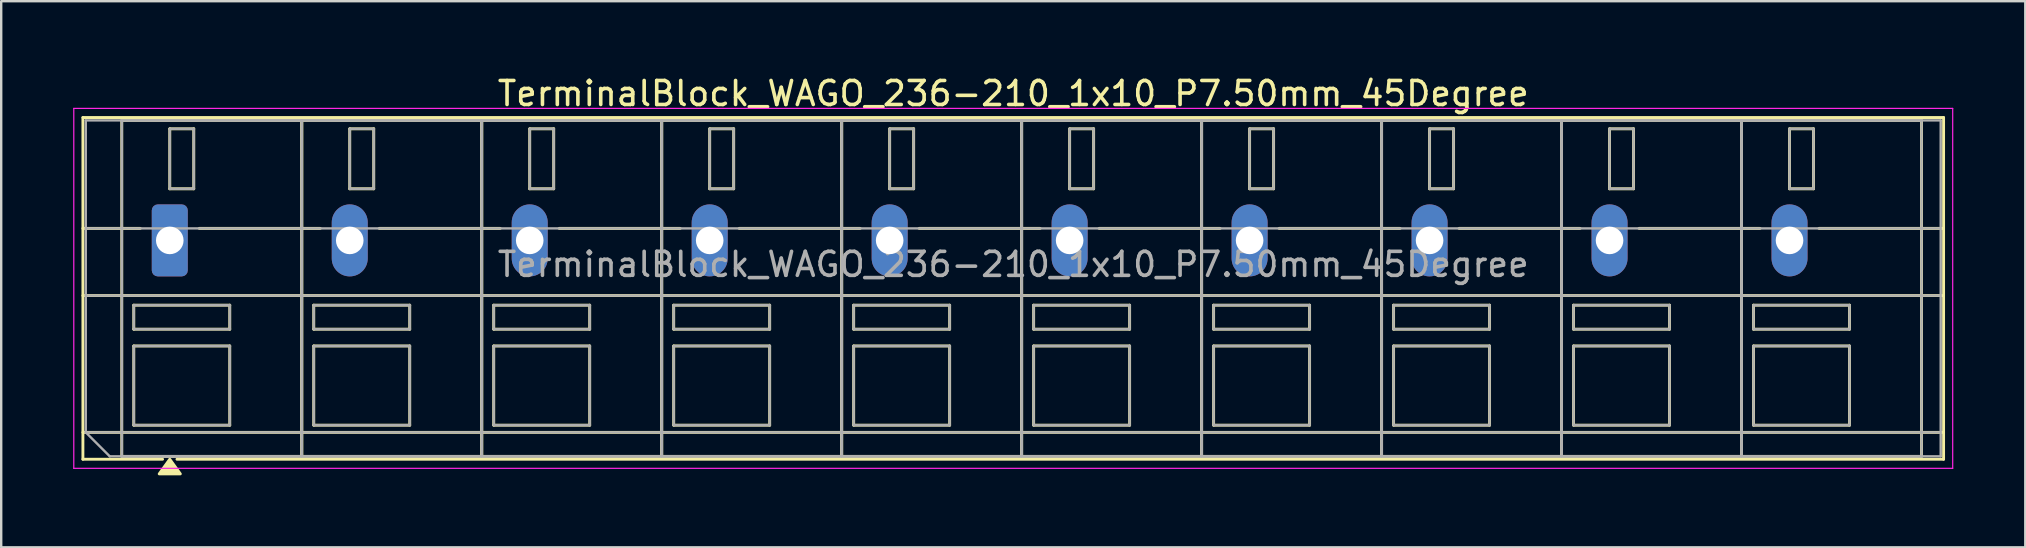
<source format=kicad_pcb>
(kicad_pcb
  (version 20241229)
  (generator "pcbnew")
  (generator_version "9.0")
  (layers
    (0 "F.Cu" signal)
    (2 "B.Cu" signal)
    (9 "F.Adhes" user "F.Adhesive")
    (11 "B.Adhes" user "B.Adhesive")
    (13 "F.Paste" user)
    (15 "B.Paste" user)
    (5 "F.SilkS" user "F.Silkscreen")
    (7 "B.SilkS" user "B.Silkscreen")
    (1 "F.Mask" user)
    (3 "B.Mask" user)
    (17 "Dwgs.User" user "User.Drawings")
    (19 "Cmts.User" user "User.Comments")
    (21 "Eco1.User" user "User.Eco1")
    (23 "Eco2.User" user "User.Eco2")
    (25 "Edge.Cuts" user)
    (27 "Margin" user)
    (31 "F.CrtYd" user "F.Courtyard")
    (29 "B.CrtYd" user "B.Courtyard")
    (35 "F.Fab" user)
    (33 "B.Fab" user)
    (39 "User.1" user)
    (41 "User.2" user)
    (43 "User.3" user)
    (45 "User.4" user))
  (footprint "TerminalBlock_WAGO_236-210_1x10_P7.50mm_45Degree"
    (layer "F.Cu")
    (at 4.025 6.968)
    (property "Reference" "TerminalBlock_WAGO_236-210_1x10_P7.50mm_45Degree" (at 35.15 -6.12 0) (layer "F.SilkS") (effects (font (size 1 1) (thickness 0.15))))
    (attr through_hole)
    (fp_line (start -3.62 -5.12) (end -3.62 9.12) (stroke (width 0.12) (type solid)) (layer "F.SilkS"))
    (fp_line (start -3.62 -5.12) (end 73.92 -5.12) (stroke (width 0.12) (type solid)) (layer "F.SilkS"))
    (fp_line (start -3.62 -0.5) (end -1.23 -0.5) (stroke (width 0.12) (type solid)) (layer "F.SilkS"))
    (fp_line (start -3.62 2.3) (end 73.92 2.3) (stroke (width 0.12) (type solid)) (layer "F.SilkS"))
    (fp_line (start -3.62 8) (end 73.92 8) (stroke (width 0.12) (type solid)) (layer "F.SilkS"))
    (fp_line (start -3.62 9.12) (end -0.3 9.12) (stroke (width 0.12) (type solid)) (layer "F.SilkS"))
    (fp_line (start -2 -5) (end -2 9) (stroke (width 0.12) (type solid)) (layer "F.SilkS"))
    (fp_line (start -2 -5) (end 5.5 -5) (stroke (width 0.12) (type solid)) (layer "F.SilkS"))
    (fp_line (start -2 9) (end 5.5 9) (stroke (width 0.12) (type solid)) (layer "F.SilkS"))
    (fp_line (start -1.5 2.7) (end -1.5 3.7) (stroke (width 0.12) (type solid)) (layer "F.SilkS"))
    (fp_line (start -1.5 2.7) (end 2.5 2.7) (stroke (width 0.12) (type solid)) (layer "F.SilkS"))
    (fp_line (start -1.5 3.7) (end 2.5 3.7) (stroke (width 0.12) (type solid)) (layer "F.SilkS"))
    (fp_line (start -1.5 4.4) (end -1.5 7.7) (stroke (width 0.12) (type solid)) (layer "F.SilkS"))
    (fp_line (start -1.5 4.4) (end 2.5 4.4) (stroke (width 0.12) (type solid)) (layer "F.SilkS"))
    (fp_line (start -1.5 7.7) (end 2.5 7.7) (stroke (width 0.12) (type solid)) (layer "F.SilkS"))
    (fp_line (start 0 -4.65) (end 0 -2.15) (stroke (width 0.12) (type solid)) (layer "F.SilkS"))
    (fp_line (start 0 -4.65) (end 1 -4.65) (stroke (width 0.12) (type solid)) (layer "F.SilkS"))
    (fp_line (start 0 -2.15) (end 1 -2.15) (stroke (width 0.12) (type solid)) (layer "F.SilkS"))
    (fp_line (start 0.3 9.12) (end 73.92 9.12) (stroke (width 0.12) (type solid)) (layer "F.SilkS"))
    (fp_line (start 1 -4.65) (end 1 -2.15) (stroke (width 0.12) (type solid)) (layer "F.SilkS"))
    (fp_line (start 1.23 -0.5) (end 6.27 -0.5) (stroke (width 0.12) (type solid)) (layer "F.SilkS"))
    (fp_line (start 2.5 2.7) (end 2.5 3.7) (stroke (width 0.12) (type solid)) (layer "F.SilkS"))
    (fp_line (start 2.5 4.4) (end 2.5 7.7) (stroke (width 0.12) (type solid)) (layer "F.SilkS"))
    (fp_line (start 5.5 -5) (end 5.5 9) (stroke (width 0.12) (type solid)) (layer "F.SilkS"))
    (fp_line (start 5.5 -5) (end 5.5 9) (stroke (width 0.12) (type solid)) (layer "F.SilkS"))
    (fp_line (start 5.5 -5) (end 13 -5) (stroke (width 0.12) (type solid)) (layer "F.SilkS"))
    (fp_line (start 5.5 9) (end 13 9) (stroke (width 0.12) (type solid)) (layer "F.SilkS"))
    (fp_line (start 6 2.7) (end 6 3.7) (stroke (width 0.12) (type solid)) (layer "F.SilkS"))
    (fp_line (start 6 2.7) (end 10 2.7) (stroke (width 0.12) (type solid)) (layer "F.SilkS"))
    (fp_line (start 6 3.7) (end 10 3.7) (stroke (width 0.12) (type solid)) (layer "F.SilkS"))
    (fp_line (start 6 4.4) (end 6 7.7) (stroke (width 0.12) (type solid)) (layer "F.SilkS"))
    (fp_line (start 6 4.4) (end 10 4.4) (stroke (width 0.12) (type solid)) (layer "F.SilkS"))
    (fp_line (start 6 7.7) (end 10 7.7) (stroke (width 0.12) (type solid)) (layer "F.SilkS"))
    (fp_line (start 7.5 -4.65) (end 7.5 -2.15) (stroke (width 0.12) (type solid)) (layer "F.SilkS"))
    (fp_line (start 7.5 -4.65) (end 8.5 -4.65) (stroke (width 0.12) (type solid)) (layer "F.SilkS"))
    (fp_line (start 7.5 -2.15) (end 8.5 -2.15) (stroke (width 0.12) (type solid)) (layer "F.SilkS"))
    (fp_line (start 8.5 -4.65) (end 8.5 -2.15) (stroke (width 0.12) (type solid)) (layer "F.SilkS"))
    (fp_line (start 8.73 -0.5) (end 13.77 -0.5) (stroke (width 0.12) (type solid)) (layer "F.SilkS"))
    (fp_line (start 10 2.7) (end 10 3.7) (stroke (width 0.12) (type solid)) (layer "F.SilkS"))
    (fp_line (start 10 4.4) (end 10 7.7) (stroke (width 0.12) (type solid)) (layer "F.SilkS"))
    (fp_line (start 13 -5) (end 13 9) (stroke (width 0.12) (type solid)) (layer "F.SilkS"))
    (fp_line (start 13 -5) (end 13 9) (stroke (width 0.12) (type solid)) (layer "F.SilkS"))
    (fp_line (start 13 -5) (end 20.5 -5) (stroke (width 0.12) (type solid)) (layer "F.SilkS"))
    (fp_line (start 13 9) (end 20.5 9) (stroke (width 0.12) (type solid)) (layer "F.SilkS"))
    (fp_line (start 13.5 2.7) (end 13.5 3.7) (stroke (width 0.12) (type solid)) (layer "F.SilkS"))
    (fp_line (start 13.5 2.7) (end 17.5 2.7) (stroke (width 0.12) (type solid)) (layer "F.SilkS"))
    (fp_line (start 13.5 3.7) (end 17.5 3.7) (stroke (width 0.12) (type solid)) (layer "F.SilkS"))
    (fp_line (start 13.5 4.4) (end 13.5 7.7) (stroke (width 0.12) (type solid)) (layer "F.SilkS"))
    (fp_line (start 13.5 4.4) (end 17.5 4.4) (stroke (width 0.12) (type solid)) (layer "F.SilkS"))
    (fp_line (start 13.5 7.7) (end 17.5 7.7) (stroke (width 0.12) (type solid)) (layer "F.SilkS"))
    (fp_line (start 15 -4.65) (end 15 -2.15) (stroke (width 0.12) (type solid)) (layer "F.SilkS"))
    (fp_line (start 15 -4.65) (end 16 -4.65) (stroke (width 0.12) (type solid)) (layer "F.SilkS"))
    (fp_line (start 15 -2.15) (end 16 -2.15) (stroke (width 0.12) (type solid)) (layer "F.SilkS"))
    (fp_line (start 16 -4.65) (end 16 -2.15) (stroke (width 0.12) (type solid)) (layer "F.SilkS"))
    (fp_line (start 16.23 -0.5) (end 21.27 -0.5) (stroke (width 0.12) (type solid)) (layer "F.SilkS"))
    (fp_line (start 17.5 2.7) (end 17.5 3.7) (stroke (width 0.12) (type solid)) (layer "F.SilkS"))
    (fp_line (start 17.5 4.4) (end 17.5 7.7) (stroke (width 0.12) (type solid)) (layer "F.SilkS"))
    (fp_line (start 20.5 -5) (end 20.5 9) (stroke (width 0.12) (type solid)) (layer "F.SilkS"))
    (fp_line (start 20.5 -5) (end 20.5 9) (stroke (width 0.12) (type solid)) (layer "F.SilkS"))
    (fp_line (start 20.5 -5) (end 28 -5) (stroke (width 0.12) (type solid)) (layer "F.SilkS"))
    (fp_line (start 20.5 9) (end 28 9) (stroke (width 0.12) (type solid)) (layer "F.SilkS"))
    (fp_line (start 21 2.7) (end 21 3.7) (stroke (width 0.12) (type solid)) (layer "F.SilkS"))
    (fp_line (start 21 2.7) (end 25 2.7) (stroke (width 0.12) (type solid)) (layer "F.SilkS"))
    (fp_line (start 21 3.7) (end 25 3.7) (stroke (width 0.12) (type solid)) (layer "F.SilkS"))
    (fp_line (start 21 4.4) (end 21 7.7) (stroke (width 0.12) (type solid)) (layer "F.SilkS"))
    (fp_line (start 21 4.4) (end 25 4.4) (stroke (width 0.12) (type solid)) (layer "F.SilkS"))
    (fp_line (start 21 7.7) (end 25 7.7) (stroke (width 0.12) (type solid)) (layer "F.SilkS"))
    (fp_line (start 22.5 -4.65) (end 22.5 -2.15) (stroke (width 0.12) (type solid)) (layer "F.SilkS"))
    (fp_line (start 22.5 -4.65) (end 23.5 -4.65) (stroke (width 0.12) (type solid)) (layer "F.SilkS"))
    (fp_line (start 22.5 -2.15) (end 23.5 -2.15) (stroke (width 0.12) (type solid)) (layer "F.SilkS"))
    (fp_line (start 23.5 -4.65) (end 23.5 -2.15) (stroke (width 0.12) (type solid)) (layer "F.SilkS"))
    (fp_line (start 23.73 -0.5) (end 28.77 -0.5) (stroke (width 0.12) (type solid)) (layer "F.SilkS"))
    (fp_line (start 25 2.7) (end 25 3.7) (stroke (width 0.12) (type solid)) (layer "F.SilkS"))
    (fp_line (start 25 4.4) (end 25 7.7) (stroke (width 0.12) (type solid)) (layer "F.SilkS"))
    (fp_line (start 28 -5) (end 28 9) (stroke (width 0.12) (type solid)) (layer "F.SilkS"))
    (fp_line (start 28 -5) (end 28 9) (stroke (width 0.12) (type solid)) (layer "F.SilkS"))
    (fp_line (start 28 -5) (end 35.5 -5) (stroke (width 0.12) (type solid)) (layer "F.SilkS"))
    (fp_line (start 28 9) (end 35.5 9) (stroke (width 0.12) (type solid)) (layer "F.SilkS"))
    (fp_line (start 28.5 2.7) (end 28.5 3.7) (stroke (width 0.12) (type solid)) (layer "F.SilkS"))
    (fp_line (start 28.5 2.7) (end 32.5 2.7) (stroke (width 0.12) (type solid)) (layer "F.SilkS"))
    (fp_line (start 28.5 3.7) (end 32.5 3.7) (stroke (width 0.12) (type solid)) (layer "F.SilkS"))
    (fp_line (start 28.5 4.4) (end 28.5 7.7) (stroke (width 0.12) (type solid)) (layer "F.SilkS"))
    (fp_line (start 28.5 4.4) (end 32.5 4.4) (stroke (width 0.12) (type solid)) (layer "F.SilkS"))
    (fp_line (start 28.5 7.7) (end 32.5 7.7) (stroke (width 0.12) (type solid)) (layer "F.SilkS"))
    (fp_line (start 30 -4.65) (end 30 -2.15) (stroke (width 0.12) (type solid)) (layer "F.SilkS"))
    (fp_line (start 30 -4.65) (end 31 -4.65) (stroke (width 0.12) (type solid)) (layer "F.SilkS"))
    (fp_line (start 30 -2.15) (end 31 -2.15) (stroke (width 0.12) (type solid)) (layer "F.SilkS"))
    (fp_line (start 31 -4.65) (end 31 -2.15) (stroke (width 0.12) (type solid)) (layer "F.SilkS"))
    (fp_line (start 31.23 -0.5) (end 36.27 -0.5) (stroke (width 0.12) (type solid)) (layer "F.SilkS"))
    (fp_line (start 32.5 2.7) (end 32.5 3.7) (stroke (width 0.12) (type solid)) (layer "F.SilkS"))
    (fp_line (start 32.5 4.4) (end 32.5 7.7) (stroke (width 0.12) (type solid)) (layer "F.SilkS"))
    (fp_line (start 35.5 -5) (end 35.5 9) (stroke (width 0.12) (type solid)) (layer "F.SilkS"))
    (fp_line (start 35.5 -5) (end 35.5 9) (stroke (width 0.12) (type solid)) (layer "F.SilkS"))
    (fp_line (start 35.5 -5) (end 43 -5) (stroke (width 0.12) (type solid)) (layer "F.SilkS"))
    (fp_line (start 35.5 9) (end 43 9) (stroke (width 0.12) (type solid)) (layer "F.SilkS"))
    (fp_line (start 36 2.7) (end 36 3.7) (stroke (width 0.12) (type solid)) (layer "F.SilkS"))
    (fp_line (start 36 2.7) (end 40 2.7) (stroke (width 0.12) (type solid)) (layer "F.SilkS"))
    (fp_line (start 36 3.7) (end 40 3.7) (stroke (width 0.12) (type solid)) (layer "F.SilkS"))
    (fp_line (start 36 4.4) (end 36 7.7) (stroke (width 0.12) (type solid)) (layer "F.SilkS"))
    (fp_line (start 36 4.4) (end 40 4.4) (stroke (width 0.12) (type solid)) (layer "F.SilkS"))
    (fp_line (start 36 7.7) (end 40 7.7) (stroke (width 0.12) (type solid)) (layer "F.SilkS"))
    (fp_line (start 37.5 -4.65) (end 37.5 -2.15) (stroke (width 0.12) (type solid)) (layer "F.SilkS"))
    (fp_line (start 37.5 -4.65) (end 38.5 -4.65) (stroke (width 0.12) (type solid)) (layer "F.SilkS"))
    (fp_line (start 37.5 -2.15) (end 38.5 -2.15) (stroke (width 0.12) (type solid)) (layer "F.SilkS"))
    (fp_line (start 38.5 -4.65) (end 38.5 -2.15) (stroke (width 0.12) (type solid)) (layer "F.SilkS"))
    (fp_line (start 38.73 -0.5) (end 43.77 -0.5) (stroke (width 0.12) (type solid)) (layer "F.SilkS"))
    (fp_line (start 40 2.7) (end 40 3.7) (stroke (width 0.12) (type solid)) (layer "F.SilkS"))
    (fp_line (start 40 4.4) (end 40 7.7) (stroke (width 0.12) (type solid)) (layer "F.SilkS"))
    (fp_line (start 43 -5) (end 43 9) (stroke (width 0.12) (type solid)) (layer "F.SilkS"))
    (fp_line (start 43 -5) (end 43 9) (stroke (width 0.12) (type solid)) (layer "F.SilkS"))
    (fp_line (start 43 -5) (end 50.5 -5) (stroke (width 0.12) (type solid)) (layer "F.SilkS"))
    (fp_line (start 43 9) (end 50.5 9) (stroke (width 0.12) (type solid)) (layer "F.SilkS"))
    (fp_line (start 43.5 2.7) (end 43.5 3.7) (stroke (width 0.12) (type solid)) (layer "F.SilkS"))
    (fp_line (start 43.5 2.7) (end 47.5 2.7) (stroke (width 0.12) (type solid)) (layer "F.SilkS"))
    (fp_line (start 43.5 3.7) (end 47.5 3.7) (stroke (width 0.12) (type solid)) (layer "F.SilkS"))
    (fp_line (start 43.5 4.4) (end 43.5 7.7) (stroke (width 0.12) (type solid)) (layer "F.SilkS"))
    (fp_line (start 43.5 4.4) (end 47.5 4.4) (stroke (width 0.12) (type solid)) (layer "F.SilkS"))
    (fp_line (start 43.5 7.7) (end 47.5 7.7) (stroke (width 0.12) (type solid)) (layer "F.SilkS"))
    (fp_line (start 45 -4.65) (end 45 -2.15) (stroke (width 0.12) (type solid)) (layer "F.SilkS"))
    (fp_line (start 45 -4.65) (end 46 -4.65) (stroke (width 0.12) (type solid)) (layer "F.SilkS"))
    (fp_line (start 45 -2.15) (end 46 -2.15) (stroke (width 0.12) (type solid)) (layer "F.SilkS"))
    (fp_line (start 46 -4.65) (end 46 -2.15) (stroke (width 0.12) (type solid)) (layer "F.SilkS"))
    (fp_line (start 46.23 -0.5) (end 51.27 -0.5) (stroke (width 0.12) (type solid)) (layer "F.SilkS"))
    (fp_line (start 47.5 2.7) (end 47.5 3.7) (stroke (width 0.12) (type solid)) (layer "F.SilkS"))
    (fp_line (start 47.5 4.4) (end 47.5 7.7) (stroke (width 0.12) (type solid)) (layer "F.SilkS"))
    (fp_line (start 50.5 -5) (end 50.5 9) (stroke (width 0.12) (type solid)) (layer "F.SilkS"))
    (fp_line (start 50.5 -5) (end 50.5 9) (stroke (width 0.12) (type solid)) (layer "F.SilkS"))
    (fp_line (start 50.5 -5) (end 58 -5) (stroke (width 0.12) (type solid)) (layer "F.SilkS"))
    (fp_line (start 50.5 9) (end 58 9) (stroke (width 0.12) (type solid)) (layer "F.SilkS"))
    (fp_line (start 51 2.7) (end 51 3.7) (stroke (width 0.12) (type solid)) (layer "F.SilkS"))
    (fp_line (start 51 2.7) (end 55 2.7) (stroke (width 0.12) (type solid)) (layer "F.SilkS"))
    (fp_line (start 51 3.7) (end 55 3.7) (stroke (width 0.12) (type solid)) (layer "F.SilkS"))
    (fp_line (start 51 4.4) (end 51 7.7) (stroke (width 0.12) (type solid)) (layer "F.SilkS"))
    (fp_line (start 51 4.4) (end 55 4.4) (stroke (width 0.12) (type solid)) (layer "F.SilkS"))
    (fp_line (start 51 7.7) (end 55 7.7) (stroke (width 0.12) (type solid)) (layer "F.SilkS"))
    (fp_line (start 52.5 -4.65) (end 52.5 -2.15) (stroke (width 0.12) (type solid)) (layer "F.SilkS"))
    (fp_line (start 52.5 -4.65) (end 53.5 -4.65) (stroke (width 0.12) (type solid)) (layer "F.SilkS"))
    (fp_line (start 52.5 -2.15) (end 53.5 -2.15) (stroke (width 0.12) (type solid)) (layer "F.SilkS"))
    (fp_line (start 53.5 -4.65) (end 53.5 -2.15) (stroke (width 0.12) (type solid)) (layer "F.SilkS"))
    (fp_line (start 53.73 -0.5) (end 58.77 -0.5) (stroke (width 0.12) (type solid)) (layer "F.SilkS"))
    (fp_line (start 55 2.7) (end 55 3.7) (stroke (width 0.12) (type solid)) (layer "F.SilkS"))
    (fp_line (start 55 4.4) (end 55 7.7) (stroke (width 0.12) (type solid)) (layer "F.SilkS"))
    (fp_line (start 58 -5) (end 58 9) (stroke (width 0.12) (type solid)) (layer "F.SilkS"))
    (fp_line (start 58 -5) (end 58 9) (stroke (width 0.12) (type solid)) (layer "F.SilkS"))
    (fp_line (start 58 -5) (end 65.5 -5) (stroke (width 0.12) (type solid)) (layer "F.SilkS"))
    (fp_line (start 58 9) (end 65.5 9) (stroke (width 0.12) (type solid)) (layer "F.SilkS"))
    (fp_line (start 58.5 2.7) (end 58.5 3.7) (stroke (width 0.12) (type solid)) (layer "F.SilkS"))
    (fp_line (start 58.5 2.7) (end 62.5 2.7) (stroke (width 0.12) (type solid)) (layer "F.SilkS"))
    (fp_line (start 58.5 3.7) (end 62.5 3.7) (stroke (width 0.12) (type solid)) (layer "F.SilkS"))
    (fp_line (start 58.5 4.4) (end 58.5 7.7) (stroke (width 0.12) (type solid)) (layer "F.SilkS"))
    (fp_line (start 58.5 4.4) (end 62.5 4.4) (stroke (width 0.12) (type solid)) (layer "F.SilkS"))
    (fp_line (start 58.5 7.7) (end 62.5 7.7) (stroke (width 0.12) (type solid)) (layer "F.SilkS"))
    (fp_line (start 60 -4.65) (end 60 -2.15) (stroke (width 0.12) (type solid)) (layer "F.SilkS"))
    (fp_line (start 60 -4.65) (end 61 -4.65) (stroke (width 0.12) (type solid)) (layer "F.SilkS"))
    (fp_line (start 60 -2.15) (end 61 -2.15) (stroke (width 0.12) (type solid)) (layer "F.SilkS"))
    (fp_line (start 61 -4.65) (end 61 -2.15) (stroke (width 0.12) (type solid)) (layer "F.SilkS"))
    (fp_line (start 61.23 -0.5) (end 66.27 -0.5) (stroke (width 0.12) (type solid)) (layer "F.SilkS"))
    (fp_line (start 62.5 2.7) (end 62.5 3.7) (stroke (width 0.12) (type solid)) (layer "F.SilkS"))
    (fp_line (start 62.5 4.4) (end 62.5 7.7) (stroke (width 0.12) (type solid)) (layer "F.SilkS"))
    (fp_line (start 65.5 -5) (end 65.5 9) (stroke (width 0.12) (type solid)) (layer "F.SilkS"))
    (fp_line (start 65.5 -5) (end 65.5 9) (stroke (width 0.12) (type solid)) (layer "F.SilkS"))
    (fp_line (start 65.5 -5) (end 73 -5) (stroke (width 0.12) (type solid)) (layer "F.SilkS"))
    (fp_line (start 65.5 9) (end 73 9) (stroke (width 0.12) (type solid)) (layer "F.SilkS"))
    (fp_line (start 66 2.7) (end 66 3.7) (stroke (width 0.12) (type solid)) (layer "F.SilkS"))
    (fp_line (start 66 2.7) (end 70 2.7) (stroke (width 0.12) (type solid)) (layer "F.SilkS"))
    (fp_line (start 66 3.7) (end 70 3.7) (stroke (width 0.12) (type solid)) (layer "F.SilkS"))
    (fp_line (start 66 4.4) (end 66 7.7) (stroke (width 0.12) (type solid)) (layer "F.SilkS"))
    (fp_line (start 66 4.4) (end 70 4.4) (stroke (width 0.12) (type solid)) (layer "F.SilkS"))
    (fp_line (start 66 7.7) (end 70 7.7) (stroke (width 0.12) (type solid)) (layer "F.SilkS"))
    (fp_line (start 67.5 -4.65) (end 67.5 -2.15) (stroke (width 0.12) (type solid)) (layer "F.SilkS"))
    (fp_line (start 67.5 -4.65) (end 68.5 -4.65) (stroke (width 0.12) (type solid)) (layer "F.SilkS"))
    (fp_line (start 67.5 -2.15) (end 68.5 -2.15) (stroke (width 0.12) (type solid)) (layer "F.SilkS"))
    (fp_line (start 68.5 -4.65) (end 68.5 -2.15) (stroke (width 0.12) (type solid)) (layer "F.SilkS"))
    (fp_line (start 68.73 -0.5) (end 73.92 -0.5) (stroke (width 0.12) (type solid)) (layer "F.SilkS"))
    (fp_line (start 70 2.7) (end 70 3.7) (stroke (width 0.12) (type solid)) (layer "F.SilkS"))
    (fp_line (start 70 4.4) (end 70 7.7) (stroke (width 0.12) (type solid)) (layer "F.SilkS"))
    (fp_line (start 73 -5) (end 73 9) (stroke (width 0.12) (type solid)) (layer "F.SilkS"))
    (fp_line (start 73.92 -5.12) (end 73.92 9.12) (stroke (width 0.12) (type solid)) (layer "F.SilkS"))
    (fp_poly (pts (xy 0 9.12) (xy 0.44 9.73) (xy -0.44 9.73)) (stroke (width 0.12) (type solid)) (fill yes) (layer "F.SilkS"))
    (fp_line (start -4 -5.5) (end -4 9.5) (stroke (width 0.05) (type solid)) (layer "F.CrtYd"))
    (fp_line (start -4 9.5) (end 74.3 9.5) (stroke (width 0.05) (type solid)) (layer "F.CrtYd"))
    (fp_line (start 74.3 -5.5) (end -4 -5.5) (stroke (width 0.05) (type solid)) (layer "F.CrtYd"))
    (fp_line (start 74.3 9.5) (end 74.3 -5.5) (stroke (width 0.05) (type solid)) (layer "F.CrtYd"))
    (fp_line (start -3.5 -5) (end 73.8 -5) (stroke (width 0.1) (type solid)) (layer "F.Fab"))
    (fp_line (start -3.5 -0.5) (end 73.8 -0.5) (stroke (width 0.1) (type solid)) (layer "F.Fab"))
    (fp_line (start -3.5 2.3) (end 73.8 2.3) (stroke (width 0.1) (type solid)) (layer "F.Fab"))
    (fp_line (start -3.5 8) (end -3.5 -5) (stroke (width 0.1) (type solid)) (layer "F.Fab"))
    (fp_line (start -3.5 8) (end 73.8 8) (stroke (width 0.1) (type solid)) (layer "F.Fab"))
    (fp_line (start -2.5 9) (end -3.5 8) (stroke (width 0.1) (type solid)) (layer "F.Fab"))
    (fp_line (start -2 -5) (end -2 9) (stroke (width 0.1) (type solid)) (layer "F.Fab"))
    (fp_line (start -2 9) (end 5.5 9) (stroke (width 0.1) (type solid)) (layer "F.Fab"))
    (fp_line (start -1.5 2.7) (end -1.5 3.7) (stroke (width 0.1) (type solid)) (layer "F.Fab"))
    (fp_line (start -1.5 3.7) (end 2.5 3.7) (stroke (width 0.1) (type solid)) (layer "F.Fab"))
    (fp_line (start -1.5 4.4) (end -1.5 7.7) (stroke (width 0.1) (type solid)) (layer "F.Fab"))
    (fp_line (start -1.5 7.7) (end 2.5 7.7) (stroke (width 0.1) (type solid)) (layer "F.Fab"))
    (fp_line (start 0 -4.65) (end 0 -2.15) (stroke (width 0.1) (type solid)) (layer "F.Fab"))
    (fp_line (start 0 -2.15) (end 1 -2.15) (stroke (width 0.1) (type solid)) (layer "F.Fab"))
    (fp_line (start 1 -4.65) (end 0 -4.65) (stroke (width 0.1) (type solid)) (layer "F.Fab"))
    (fp_line (start 1 -2.15) (end 1 -4.65) (stroke (width 0.1) (type solid)) (layer "F.Fab"))
    (fp_line (start 2.5 2.7) (end -1.5 2.7) (stroke (width 0.1) (type solid)) (layer "F.Fab"))
    (fp_line (start 2.5 3.7) (end 2.5 2.7) (stroke (width 0.1) (type solid)) (layer "F.Fab"))
    (fp_line (start 2.5 4.4) (end -1.5 4.4) (stroke (width 0.1) (type solid)) (layer "F.Fab"))
    (fp_line (start 2.5 7.7) (end 2.5 4.4) (stroke (width 0.1) (type solid)) (layer "F.Fab"))
    (fp_line (start 5.5 -5) (end -2 -5) (stroke (width 0.1) (type solid)) (layer "F.Fab"))
    (fp_line (start 5.5 -5) (end 5.5 9) (stroke (width 0.1) (type solid)) (layer "F.Fab"))
    (fp_line (start 5.5 9) (end 5.5 -5) (stroke (width 0.1) (type solid)) (layer "F.Fab"))
    (fp_line (start 5.5 9) (end 13 9) (stroke (width 0.1) (type solid)) (layer "F.Fab"))
    (fp_line (start 6 2.7) (end 6 3.7) (stroke (width 0.1) (type solid)) (layer "F.Fab"))
    (fp_line (start 6 3.7) (end 10 3.7) (stroke (width 0.1) (type solid)) (layer "F.Fab"))
    (fp_line (start 6 4.4) (end 6 7.7) (stroke (width 0.1) (type solid)) (layer "F.Fab"))
    (fp_line (start 6 7.7) (end 10 7.7) (stroke (width 0.1) (type solid)) (layer "F.Fab"))
    (fp_line (start 7.5 -4.65) (end 7.5 -2.15) (stroke (width 0.1) (type solid)) (layer "F.Fab"))
    (fp_line (start 7.5 -2.15) (end 8.5 -2.15) (stroke (width 0.1) (type solid)) (layer "F.Fab"))
    (fp_line (start 8.5 -4.65) (end 7.5 -4.65) (stroke (width 0.1) (type solid)) (layer "F.Fab"))
    (fp_line (start 8.5 -2.15) (end 8.5 -4.65) (stroke (width 0.1) (type solid)) (layer "F.Fab"))
    (fp_line (start 10 2.7) (end 6 2.7) (stroke (width 0.1) (type solid)) (layer "F.Fab"))
    (fp_line (start 10 3.7) (end 10 2.7) (stroke (width 0.1) (type solid)) (layer "F.Fab"))
    (fp_line (start 10 4.4) (end 6 4.4) (stroke (width 0.1) (type solid)) (layer "F.Fab"))
    (fp_line (start 10 7.7) (end 10 4.4) (stroke (width 0.1) (type solid)) (layer "F.Fab"))
    (fp_line (start 13 -5) (end 5.5 -5) (stroke (width 0.1) (type solid)) (layer "F.Fab"))
    (fp_line (start 13 -5) (end 13 9) (stroke (width 0.1) (type solid)) (layer "F.Fab"))
    (fp_line (start 13 9) (end 13 -5) (stroke (width 0.1) (type solid)) (layer "F.Fab"))
    (fp_line (start 13 9) (end 20.5 9) (stroke (width 0.1) (type solid)) (layer "F.Fab"))
    (fp_line (start 13.5 2.7) (end 13.5 3.7) (stroke (width 0.1) (type solid)) (layer "F.Fab"))
    (fp_line (start 13.5 3.7) (end 17.5 3.7) (stroke (width 0.1) (type solid)) (layer "F.Fab"))
    (fp_line (start 13.5 4.4) (end 13.5 7.7) (stroke (width 0.1) (type solid)) (layer "F.Fab"))
    (fp_line (start 13.5 7.7) (end 17.5 7.7) (stroke (width 0.1) (type solid)) (layer "F.Fab"))
    (fp_line (start 15 -4.65) (end 15 -2.15) (stroke (width 0.1) (type solid)) (layer "F.Fab"))
    (fp_line (start 15 -2.15) (end 16 -2.15) (stroke (width 0.1) (type solid)) (layer "F.Fab"))
    (fp_line (start 16 -4.65) (end 15 -4.65) (stroke (width 0.1) (type solid)) (layer "F.Fab"))
    (fp_line (start 16 -2.15) (end 16 -4.65) (stroke (width 0.1) (type solid)) (layer "F.Fab"))
    (fp_line (start 17.5 2.7) (end 13.5 2.7) (stroke (width 0.1) (type solid)) (layer "F.Fab"))
    (fp_line (start 17.5 3.7) (end 17.5 2.7) (stroke (width 0.1) (type solid)) (layer "F.Fab"))
    (fp_line (start 17.5 4.4) (end 13.5 4.4) (stroke (width 0.1) (type solid)) (layer "F.Fab"))
    (fp_line (start 17.5 7.7) (end 17.5 4.4) (stroke (width 0.1) (type solid)) (layer "F.Fab"))
    (fp_line (start 20.5 -5) (end 13 -5) (stroke (width 0.1) (type solid)) (layer "F.Fab"))
    (fp_line (start 20.5 -5) (end 20.5 9) (stroke (width 0.1) (type solid)) (layer "F.Fab"))
    (fp_line (start 20.5 9) (end 20.5 -5) (stroke (width 0.1) (type solid)) (layer "F.Fab"))
    (fp_line (start 20.5 9) (end 28 9) (stroke (width 0.1) (type solid)) (layer "F.Fab"))
    (fp_line (start 21 2.7) (end 21 3.7) (stroke (width 0.1) (type solid)) (layer "F.Fab"))
    (fp_line (start 21 3.7) (end 25 3.7) (stroke (width 0.1) (type solid)) (layer "F.Fab"))
    (fp_line (start 21 4.4) (end 21 7.7) (stroke (width 0.1) (type solid)) (layer "F.Fab"))
    (fp_line (start 21 7.7) (end 25 7.7) (stroke (width 0.1) (type solid)) (layer "F.Fab"))
    (fp_line (start 22.5 -4.65) (end 22.5 -2.15) (stroke (width 0.1) (type solid)) (layer "F.Fab"))
    (fp_line (start 22.5 -2.15) (end 23.5 -2.15) (stroke (width 0.1) (type solid)) (layer "F.Fab"))
    (fp_line (start 23.5 -4.65) (end 22.5 -4.65) (stroke (width 0.1) (type solid)) (layer "F.Fab"))
    (fp_line (start 23.5 -2.15) (end 23.5 -4.65) (stroke (width 0.1) (type solid)) (layer "F.Fab"))
    (fp_line (start 25 2.7) (end 21 2.7) (stroke (width 0.1) (type solid)) (layer "F.Fab"))
    (fp_line (start 25 3.7) (end 25 2.7) (stroke (width 0.1) (type solid)) (layer "F.Fab"))
    (fp_line (start 25 4.4) (end 21 4.4) (stroke (width 0.1) (type solid)) (layer "F.Fab"))
    (fp_line (start 25 7.7) (end 25 4.4) (stroke (width 0.1) (type solid)) (layer "F.Fab"))
    (fp_line (start 28 -5) (end 20.5 -5) (stroke (width 0.1) (type solid)) (layer "F.Fab"))
    (fp_line (start 28 -5) (end 28 9) (stroke (width 0.1) (type solid)) (layer "F.Fab"))
    (fp_line (start 28 9) (end 28 -5) (stroke (width 0.1) (type solid)) (layer "F.Fab"))
    (fp_line (start 28 9) (end 35.5 9) (stroke (width 0.1) (type solid)) (layer "F.Fab"))
    (fp_line (start 28.5 2.7) (end 28.5 3.7) (stroke (width 0.1) (type solid)) (layer "F.Fab"))
    (fp_line (start 28.5 3.7) (end 32.5 3.7) (stroke (width 0.1) (type solid)) (layer "F.Fab"))
    (fp_line (start 28.5 4.4) (end 28.5 7.7) (stroke (width 0.1) (type solid)) (layer "F.Fab"))
    (fp_line (start 28.5 7.7) (end 32.5 7.7) (stroke (width 0.1) (type solid)) (layer "F.Fab"))
    (fp_line (start 30 -4.65) (end 30 -2.15) (stroke (width 0.1) (type solid)) (layer "F.Fab"))
    (fp_line (start 30 -2.15) (end 31 -2.15) (stroke (width 0.1) (type solid)) (layer "F.Fab"))
    (fp_line (start 31 -4.65) (end 30 -4.65) (stroke (width 0.1) (type solid)) (layer "F.Fab"))
    (fp_line (start 31 -2.15) (end 31 -4.65) (stroke (width 0.1) (type solid)) (layer "F.Fab"))
    (fp_line (start 32.5 2.7) (end 28.5 2.7) (stroke (width 0.1) (type solid)) (layer "F.Fab"))
    (fp_line (start 32.5 3.7) (end 32.5 2.7) (stroke (width 0.1) (type solid)) (layer "F.Fab"))
    (fp_line (start 32.5 4.4) (end 28.5 4.4) (stroke (width 0.1) (type solid)) (layer "F.Fab"))
    (fp_line (start 32.5 7.7) (end 32.5 4.4) (stroke (width 0.1) (type solid)) (layer "F.Fab"))
    (fp_line (start 35.5 -5) (end 28 -5) (stroke (width 0.1) (type solid)) (layer "F.Fab"))
    (fp_line (start 35.5 -5) (end 35.5 9) (stroke (width 0.1) (type solid)) (layer "F.Fab"))
    (fp_line (start 35.5 9) (end 35.5 -5) (stroke (width 0.1) (type solid)) (layer "F.Fab"))
    (fp_line (start 35.5 9) (end 43 9) (stroke (width 0.1) (type solid)) (layer "F.Fab"))
    (fp_line (start 36 2.7) (end 36 3.7) (stroke (width 0.1) (type solid)) (layer "F.Fab"))
    (fp_line (start 36 3.7) (end 40 3.7) (stroke (width 0.1) (type solid)) (layer "F.Fab"))
    (fp_line (start 36 4.4) (end 36 7.7) (stroke (width 0.1) (type solid)) (layer "F.Fab"))
    (fp_line (start 36 7.7) (end 40 7.7) (stroke (width 0.1) (type solid)) (layer "F.Fab"))
    (fp_line (start 37.5 -4.65) (end 37.5 -2.15) (stroke (width 0.1) (type solid)) (layer "F.Fab"))
    (fp_line (start 37.5 -2.15) (end 38.5 -2.15) (stroke (width 0.1) (type solid)) (layer "F.Fab"))
    (fp_line (start 38.5 -4.65) (end 37.5 -4.65) (stroke (width 0.1) (type solid)) (layer "F.Fab"))
    (fp_line (start 38.5 -2.15) (end 38.5 -4.65) (stroke (width 0.1) (type solid)) (layer "F.Fab"))
    (fp_line (start 40 2.7) (end 36 2.7) (stroke (width 0.1) (type solid)) (layer "F.Fab"))
    (fp_line (start 40 3.7) (end 40 2.7) (stroke (width 0.1) (type solid)) (layer "F.Fab"))
    (fp_line (start 40 4.4) (end 36 4.4) (stroke (width 0.1) (type solid)) (layer "F.Fab"))
    (fp_line (start 40 7.7) (end 40 4.4) (stroke (width 0.1) (type solid)) (layer "F.Fab"))
    (fp_line (start 43 -5) (end 35.5 -5) (stroke (width 0.1) (type solid)) (layer "F.Fab"))
    (fp_line (start 43 -5) (end 43 9) (stroke (width 0.1) (type solid)) (layer "F.Fab"))
    (fp_line (start 43 9) (end 43 -5) (stroke (width 0.1) (type solid)) (layer "F.Fab"))
    (fp_line (start 43 9) (end 50.5 9) (stroke (width 0.1) (type solid)) (layer "F.Fab"))
    (fp_line (start 43.5 2.7) (end 43.5 3.7) (stroke (width 0.1) (type solid)) (layer "F.Fab"))
    (fp_line (start 43.5 3.7) (end 47.5 3.7) (stroke (width 0.1) (type solid)) (layer "F.Fab"))
    (fp_line (start 43.5 4.4) (end 43.5 7.7) (stroke (width 0.1) (type solid)) (layer "F.Fab"))
    (fp_line (start 43.5 7.7) (end 47.5 7.7) (stroke (width 0.1) (type solid)) (layer "F.Fab"))
    (fp_line (start 45 -4.65) (end 45 -2.15) (stroke (width 0.1) (type solid)) (layer "F.Fab"))
    (fp_line (start 45 -2.15) (end 46 -2.15) (stroke (width 0.1) (type solid)) (layer "F.Fab"))
    (fp_line (start 46 -4.65) (end 45 -4.65) (stroke (width 0.1) (type solid)) (layer "F.Fab"))
    (fp_line (start 46 -2.15) (end 46 -4.65) (stroke (width 0.1) (type solid)) (layer "F.Fab"))
    (fp_line (start 47.5 2.7) (end 43.5 2.7) (stroke (width 0.1) (type solid)) (layer "F.Fab"))
    (fp_line (start 47.5 3.7) (end 47.5 2.7) (stroke (width 0.1) (type solid)) (layer "F.Fab"))
    (fp_line (start 47.5 4.4) (end 43.5 4.4) (stroke (width 0.1) (type solid)) (layer "F.Fab"))
    (fp_line (start 47.5 7.7) (end 47.5 4.4) (stroke (width 0.1) (type solid)) (layer "F.Fab"))
    (fp_line (start 50.5 -5) (end 43 -5) (stroke (width 0.1) (type solid)) (layer "F.Fab"))
    (fp_line (start 50.5 -5) (end 50.5 9) (stroke (width 0.1) (type solid)) (layer "F.Fab"))
    (fp_line (start 50.5 9) (end 50.5 -5) (stroke (width 0.1) (type solid)) (layer "F.Fab"))
    (fp_line (start 50.5 9) (end 58 9) (stroke (width 0.1) (type solid)) (layer "F.Fab"))
    (fp_line (start 51 2.7) (end 51 3.7) (stroke (width 0.1) (type solid)) (layer "F.Fab"))
    (fp_line (start 51 3.7) (end 55 3.7) (stroke (width 0.1) (type solid)) (layer "F.Fab"))
    (fp_line (start 51 4.4) (end 51 7.7) (stroke (width 0.1) (type solid)) (layer "F.Fab"))
    (fp_line (start 51 7.7) (end 55 7.7) (stroke (width 0.1) (type solid)) (layer "F.Fab"))
    (fp_line (start 52.5 -4.65) (end 52.5 -2.15) (stroke (width 0.1) (type solid)) (layer "F.Fab"))
    (fp_line (start 52.5 -2.15) (end 53.5 -2.15) (stroke (width 0.1) (type solid)) (layer "F.Fab"))
    (fp_line (start 53.5 -4.65) (end 52.5 -4.65) (stroke (width 0.1) (type solid)) (layer "F.Fab"))
    (fp_line (start 53.5 -2.15) (end 53.5 -4.65) (stroke (width 0.1) (type solid)) (layer "F.Fab"))
    (fp_line (start 55 2.7) (end 51 2.7) (stroke (width 0.1) (type solid)) (layer "F.Fab"))
    (fp_line (start 55 3.7) (end 55 2.7) (stroke (width 0.1) (type solid)) (layer "F.Fab"))
    (fp_line (start 55 4.4) (end 51 4.4) (stroke (width 0.1) (type solid)) (layer "F.Fab"))
    (fp_line (start 55 7.7) (end 55 4.4) (stroke (width 0.1) (type solid)) (layer "F.Fab"))
    (fp_line (start 58 -5) (end 50.5 -5) (stroke (width 0.1) (type solid)) (layer "F.Fab"))
    (fp_line (start 58 -5) (end 58 9) (stroke (width 0.1) (type solid)) (layer "F.Fab"))
    (fp_line (start 58 9) (end 58 -5) (stroke (width 0.1) (type solid)) (layer "F.Fab"))
    (fp_line (start 58 9) (end 65.5 9) (stroke (width 0.1) (type solid)) (layer "F.Fab"))
    (fp_line (start 58.5 2.7) (end 58.5 3.7) (stroke (width 0.1) (type solid)) (layer "F.Fab"))
    (fp_line (start 58.5 3.7) (end 62.5 3.7) (stroke (width 0.1) (type solid)) (layer "F.Fab"))
    (fp_line (start 58.5 4.4) (end 58.5 7.7) (stroke (width 0.1) (type solid)) (layer "F.Fab"))
    (fp_line (start 58.5 7.7) (end 62.5 7.7) (stroke (width 0.1) (type solid)) (layer "F.Fab"))
    (fp_line (start 60 -4.65) (end 60 -2.15) (stroke (width 0.1) (type solid)) (layer "F.Fab"))
    (fp_line (start 60 -2.15) (end 61 -2.15) (stroke (width 0.1) (type solid)) (layer "F.Fab"))
    (fp_line (start 61 -4.65) (end 60 -4.65) (stroke (width 0.1) (type solid)) (layer "F.Fab"))
    (fp_line (start 61 -2.15) (end 61 -4.65) (stroke (width 0.1) (type solid)) (layer "F.Fab"))
    (fp_line (start 62.5 2.7) (end 58.5 2.7) (stroke (width 0.1) (type solid)) (layer "F.Fab"))
    (fp_line (start 62.5 3.7) (end 62.5 2.7) (stroke (width 0.1) (type solid)) (layer "F.Fab"))
    (fp_line (start 62.5 4.4) (end 58.5 4.4) (stroke (width 0.1) (type solid)) (layer "F.Fab"))
    (fp_line (start 62.5 7.7) (end 62.5 4.4) (stroke (width 0.1) (type solid)) (layer "F.Fab"))
    (fp_line (start 65.5 -5) (end 58 -5) (stroke (width 0.1) (type solid)) (layer "F.Fab"))
    (fp_line (start 65.5 -5) (end 65.5 9) (stroke (width 0.1) (type solid)) (layer "F.Fab"))
    (fp_line (start 65.5 9) (end 65.5 -5) (stroke (width 0.1) (type solid)) (layer "F.Fab"))
    (fp_line (start 65.5 9) (end 73 9) (stroke (width 0.1) (type solid)) (layer "F.Fab"))
    (fp_line (start 66 2.7) (end 66 3.7) (stroke (width 0.1) (type solid)) (layer "F.Fab"))
    (fp_line (start 66 3.7) (end 70 3.7) (stroke (width 0.1) (type solid)) (layer "F.Fab"))
    (fp_line (start 66 4.4) (end 66 7.7) (stroke (width 0.1) (type solid)) (layer "F.Fab"))
    (fp_line (start 66 7.7) (end 70 7.7) (stroke (width 0.1) (type solid)) (layer "F.Fab"))
    (fp_line (start 67.5 -4.65) (end 67.5 -2.15) (stroke (width 0.1) (type solid)) (layer "F.Fab"))
    (fp_line (start 67.5 -2.15) (end 68.5 -2.15) (stroke (width 0.1) (type solid)) (layer "F.Fab"))
    (fp_line (start 68.5 -4.65) (end 67.5 -4.65) (stroke (width 0.1) (type solid)) (layer "F.Fab"))
    (fp_line (start 68.5 -2.15) (end 68.5 -4.65) (stroke (width 0.1) (type solid)) (layer "F.Fab"))
    (fp_line (start 70 2.7) (end 66 2.7) (stroke (width 0.1) (type solid)) (layer "F.Fab"))
    (fp_line (start 70 3.7) (end 70 2.7) (stroke (width 0.1) (type solid)) (layer "F.Fab"))
    (fp_line (start 70 4.4) (end 66 4.4) (stroke (width 0.1) (type solid)) (layer "F.Fab"))
    (fp_line (start 70 7.7) (end 70 4.4) (stroke (width 0.1) (type solid)) (layer "F.Fab"))
    (fp_line (start 73 -5) (end 65.5 -5) (stroke (width 0.1) (type solid)) (layer "F.Fab"))
    (fp_line (start 73 9) (end 73 -5) (stroke (width 0.1) (type solid)) (layer "F.Fab"))
    (fp_line (start 73.8 -5) (end 73.8 9) (stroke (width 0.1) (type solid)) (layer "F.Fab"))
    (fp_line (start 73.8 9) (end -2.5 9) (stroke (width 0.1) (type solid)) (layer "F.Fab"))
    (fp_text user "${REFERENCE}" (at 35.15 1 0) (layer "F.Fab") (effects (font (size 1 1) (thickness 0.15))))
    (pad "1" thru_hole roundrect (at 0 0) (size 1.5 3) (drill 1.15) (layers "*.Cu" "*.Mask") (roundrect_rratio 0.167))
    (pad "2" thru_hole oval (at 7.5 0) (size 1.5 3) (drill 1.15) (layers "*.Cu" "*.Mask"))
    (pad "3" thru_hole oval (at 15 0) (size 1.5 3) (drill 1.15) (layers "*.Cu" "*.Mask"))
    (pad "4" thru_hole oval (at 22.5 0) (size 1.5 3) (drill 1.15) (layers "*.Cu" "*.Mask"))
    (pad "5" thru_hole oval (at 30 0) (size 1.5 3) (drill 1.15) (layers "*.Cu" "*.Mask"))
    (pad "6" thru_hole oval (at 37.5 0) (size 1.5 3) (drill 1.15) (layers "*.Cu" "*.Mask"))
    (pad "7" thru_hole oval (at 45 0) (size 1.5 3) (drill 1.15) (layers "*.Cu" "*.Mask"))
    (pad "8" thru_hole oval (at 52.5 0) (size 1.5 3) (drill 1.15) (layers "*.Cu" "*.Mask"))
    (pad "9" thru_hole oval (at 60 0) (size 1.5 3) (drill 1.15) (layers "*.Cu" "*.Mask"))
    (pad "10" thru_hole oval (at 67.5 0) (size 1.5 3) (drill 1.15) (layers "*.Cu" "*.Mask")))
  (gr_rect
    (start -3 -3)
    (end 81.35 19.758)
    (stroke (width 0.1) (type default))
    (fill no)
    (layer "Edge.Cuts")))
</source>
